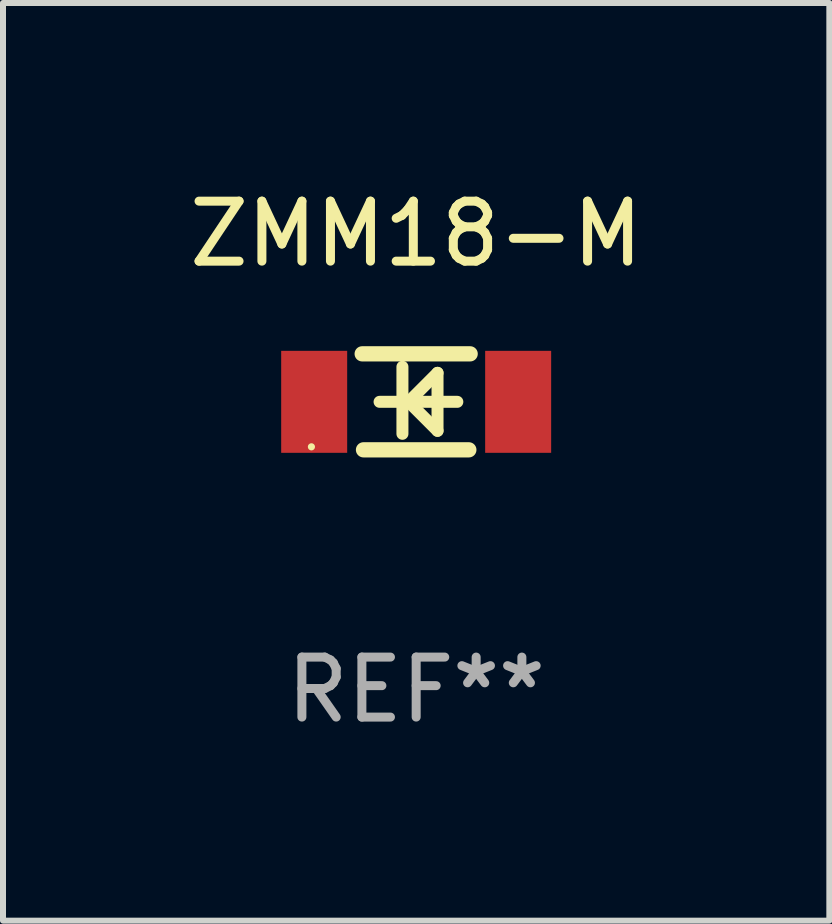
<source format=kicad_pcb>
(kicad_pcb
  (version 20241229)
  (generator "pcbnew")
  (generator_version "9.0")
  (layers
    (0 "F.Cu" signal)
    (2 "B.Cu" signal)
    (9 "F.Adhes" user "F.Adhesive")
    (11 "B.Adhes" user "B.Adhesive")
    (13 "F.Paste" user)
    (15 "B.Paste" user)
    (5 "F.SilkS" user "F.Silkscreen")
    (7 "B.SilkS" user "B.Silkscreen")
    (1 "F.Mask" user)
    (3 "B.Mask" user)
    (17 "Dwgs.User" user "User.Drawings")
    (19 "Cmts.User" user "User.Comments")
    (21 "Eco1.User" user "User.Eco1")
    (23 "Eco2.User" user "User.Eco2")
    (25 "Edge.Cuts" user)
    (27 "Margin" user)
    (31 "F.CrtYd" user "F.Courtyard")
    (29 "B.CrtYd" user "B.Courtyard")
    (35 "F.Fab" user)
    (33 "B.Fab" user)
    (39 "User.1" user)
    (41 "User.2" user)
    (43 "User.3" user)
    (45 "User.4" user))
  (footprint "ZMM18-M"
    (layer "F.Cu")
    (at 3.887 3.648)
    (property "Reference" "ZMM18-M" (at 0 -2.8 0) (layer "F.SilkS") (effects (font (size 1 1) (thickness 0.15))))
    (attr through_hole)
    (fp_line (start -0.9 -0.8) (end 0.9 -0.8) (stroke (width 0.254) (type solid)) (layer "F.SilkS"))
    (fp_line (start -0.878 0.8) (end 0.878 0.8) (stroke (width 0.254) (type solid)) (layer "F.SilkS"))
    (fp_line (start -0.61 0) (end 0.686 0) (stroke (width 0.2) (type solid)) (layer "F.SilkS"))
    (fp_line (start -0.229 -0.584) (end -0.229 0.533) (stroke (width 0.2) (type solid)) (layer "F.SilkS"))
    (fp_line (start -0.127 0) (end 0.356 -0.483) (stroke (width 0.2) (type solid)) (layer "F.SilkS"))
    (fp_line (start 0.356 -0.483) (end 0.356 0.483) (stroke (width 0.2) (type solid)) (layer "F.SilkS"))
    (fp_line (start 0.356 0.483) (end -0.102 0.025) (stroke (width 0.2) (type solid)) (layer "F.SilkS"))
    (fp_circle (center -1.746 0.75) (end -1.716 0.75) (stroke (width 0.06) (type solid)) (fill no) (layer "F.SilkS"))
    (fp_text user "REF**" (at 0 4.8 0) (layer "F.Fab") (effects (font (size 1 1) (thickness 0.15))))
    (pad "1" smd rect (at -1.7 0 180) (size 1.1 1.7) (layers "F.Cu" "F.Mask" "F.Paste"))
    (pad "2" smd rect (at 1.7 0 180) (size 1.1 1.7) (layers "F.Cu" "F.Mask" "F.Paste")))
  (gr_rect
    (start -3 -3)
    (end 10.774 12.296)
    (stroke (width 0.1) (type default))
    (fill no)
    (layer "Edge.Cuts")))
</source>
